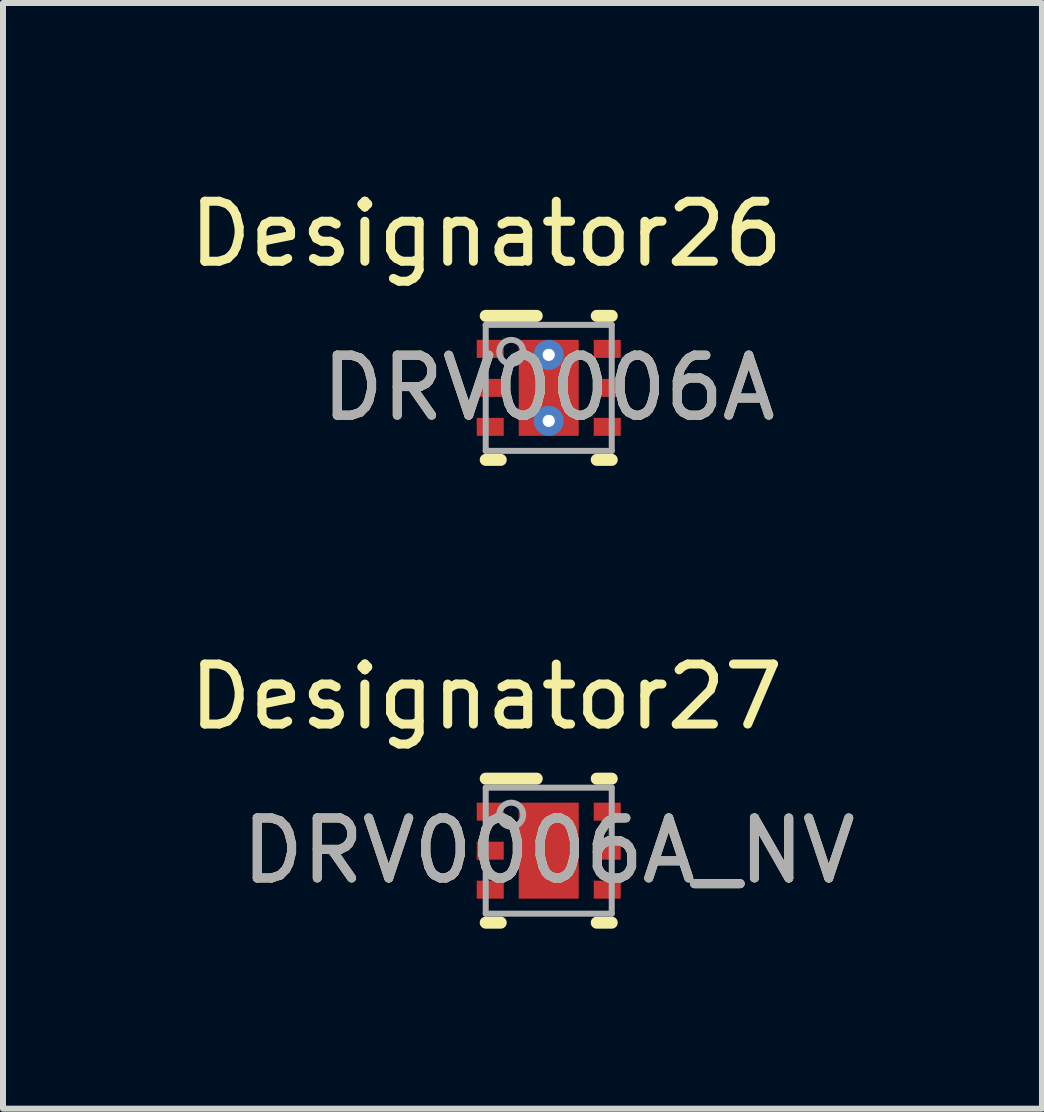
<source format=kicad_pcb>
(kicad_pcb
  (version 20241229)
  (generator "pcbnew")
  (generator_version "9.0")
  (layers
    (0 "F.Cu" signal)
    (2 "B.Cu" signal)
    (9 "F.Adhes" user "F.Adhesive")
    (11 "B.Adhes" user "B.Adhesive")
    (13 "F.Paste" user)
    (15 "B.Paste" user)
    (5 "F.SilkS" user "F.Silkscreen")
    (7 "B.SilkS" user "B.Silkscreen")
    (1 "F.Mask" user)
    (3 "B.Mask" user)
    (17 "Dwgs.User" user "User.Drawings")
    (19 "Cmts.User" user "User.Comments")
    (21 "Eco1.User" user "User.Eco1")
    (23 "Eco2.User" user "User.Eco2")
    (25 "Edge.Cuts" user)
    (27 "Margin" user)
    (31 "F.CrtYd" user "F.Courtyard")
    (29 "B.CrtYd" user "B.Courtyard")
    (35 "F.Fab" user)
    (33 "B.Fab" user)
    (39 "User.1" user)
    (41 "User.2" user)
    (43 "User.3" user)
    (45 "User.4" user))
  (footprint "DRV0006A_NV"
    (layer "F.Cu")
    (at 6.095 11.127)
    (property "Reference" "DRV0006A_NV" (at 0 0 0) (unlocked yes) (layer "F.SilkS") (effects (font (size 1 1) (thickness 0.15))))
    (attr smd)
    (fp_line (start -1.05 -1.2) (end -0.2 -1.2) (stroke (width 0.2) (type solid)) (layer "F.SilkS"))
    (fp_line (start -1.05 1.2) (end -0.8 1.2) (stroke (width 0.2) (type solid)) (layer "F.SilkS"))
    (fp_line (start 0.8 -1.2) (end 1.05 -1.2) (stroke (width 0.2) (type solid)) (layer "F.SilkS"))
    (fp_line (start 0.8 1.2) (end 1.05 1.2) (stroke (width 0.2) (type solid)) (layer "F.SilkS"))
    (fp_poly (pts (xy -0.5 -0.149) (xy -0.5 -0.751) (xy -0.499 -0.761) (xy -0.496 -0.77) (xy -0.492 -0.778) (xy -0.486 -0.786) (xy -0.478 -0.792) (xy -0.47 -0.796) (xy -0.461 -0.799) (xy -0.451 -0.8) (xy 0.451 -0.8) (xy 0.461 -0.799) (xy 0.47 -0.796) (xy 0.478 -0.792) (xy 0.486 -0.786) (xy 0.492 -0.778) (xy 0.496 -0.77) (xy 0.499 -0.761) (xy 0.5 -0.751) (xy 0.5 -0.149) (xy 0.499 -0.139) (xy 0.496 -0.13) (xy 0.492 -0.122) (xy 0.486 -0.114) (xy 0.478 -0.108) (xy 0.47 -0.104) (xy 0.461 -0.101) (xy 0.451 -0.1) (xy -0.451 -0.1) (xy -0.461 -0.101) (xy -0.47 -0.104) (xy -0.478 -0.108) (xy -0.486 -0.114) (xy -0.492 -0.122) (xy -0.496 -0.13) (xy -0.499 -0.139)) (stroke (width 0) (type solid)) (fill yes) (layer "F.Paste"))
    (fp_poly (pts (xy -0.5 0.751) (xy -0.5 0.149) (xy -0.499 0.139) (xy -0.496 0.13) (xy -0.492 0.122) (xy -0.486 0.114) (xy -0.478 0.108) (xy -0.47 0.104) (xy -0.461 0.101) (xy -0.451 0.1) (xy 0.451 0.1) (xy 0.461 0.101) (xy 0.47 0.104) (xy 0.478 0.108) (xy 0.486 0.114) (xy 0.492 0.122) (xy 0.496 0.13) (xy 0.499 0.139) (xy 0.5 0.149) (xy 0.5 0.751) (xy 0.499 0.761) (xy 0.496 0.77) (xy 0.492 0.778) (xy 0.486 0.786) (xy 0.478 0.792) (xy 0.47 0.796) (xy 0.461 0.799) (xy 0.451 0.8) (xy -0.451 0.8) (xy -0.461 0.799) (xy -0.47 0.796) (xy -0.478 0.792) (xy -0.486 0.786) (xy -0.492 0.778) (xy -0.496 0.77) (xy -0.499 0.761)) (stroke (width 0) (type solid)) (fill yes) (layer "F.Paste"))
    (fp_line (start -1.05 -1.05) (end 1.05 -1.05) (stroke (width 0.1) (type solid)) (layer "F.Fab"))
    (fp_line (start -1.05 1.05) (end -1.05 -1.05) (stroke (width 0.1) (type solid)) (layer "F.Fab"))
    (fp_line (start -1.05 1.05) (end 1.05 1.05) (stroke (width 0.1) (type solid)) (layer "F.Fab"))
    (fp_line (start 1.05 1.05) (end 1.05 -1.05) (stroke (width 0.1) (type solid)) (layer "F.Fab"))
    (fp_circle (center -0.625 -0.6) (end -0.425 -0.6) (stroke (width 0.1) (type solid)) (fill no) (layer "F.Fab"))
    (fp_text user "Designator27" (at -1.041 -2.565 0) (unlocked yes) (layer "F.SilkS") (effects (font (size 1 1) (thickness 0.15))))
    (fp_text user "${REFERENCE}" (at 0 0 0) (unlocked yes) (layer "F.Fab") (effects (font (size 1 1) (thickness 0.15))))
    (pad "1" smd rect (at -0.975 -0.65 90) (size 0.3 0.45) (layers "F.Cu" "F.Mask" "F.Paste"))
    (pad "2" smd rect (at -0.975 0 90) (size 0.3 0.45) (layers "F.Cu" "F.Mask" "F.Paste"))
    (pad "3" smd rect (at -0.975 0.65 90) (size 0.3 0.45) (layers "F.Cu" "F.Mask" "F.Paste"))
    (pad "4" smd rect (at 0.975 0.65 90) (size 0.3 0.45) (layers "F.Cu" "F.Mask" "F.Paste"))
    (pad "5" smd rect (at 0.975 0 90) (size 0.3 0.45) (layers "F.Cu" "F.Mask" "F.Paste"))
    (pad "6" smd rect (at 0.975 -0.65 90) (size 0.3 0.45) (layers "F.Cu" "F.Mask" "F.Paste"))
    (pad "7" smd rect (at 0 0) (size 1 1.6) (layers "F.Cu" "F.Mask" "F.Paste")))
  (footprint "DRV0006A"
    (layer "F.Cu")
    (at 6.095 3.414)
    (property "Reference" "DRV0006A" (at 0 0 0) (unlocked yes) (layer "F.SilkS") (effects (font (size 1 1) (thickness 0.15))))
    (attr smd)
    (fp_line (start -1.05 -1.2) (end -0.2 -1.2) (stroke (width 0.2) (type solid)) (layer "F.SilkS"))
    (fp_line (start -1.05 1.2) (end -0.8 1.2) (stroke (width 0.2) (type solid)) (layer "F.SilkS"))
    (fp_line (start 0.8 -1.2) (end 1.05 -1.2) (stroke (width 0.2) (type solid)) (layer "F.SilkS"))
    (fp_line (start 0.8 1.2) (end 1.05 1.2) (stroke (width 0.2) (type solid)) (layer "F.SilkS"))
    (fp_poly (pts (xy -0.5 -0.149) (xy -0.5 -0.751) (xy -0.499 -0.761) (xy -0.496 -0.77) (xy -0.492 -0.778) (xy -0.486 -0.786) (xy -0.478 -0.792) (xy -0.47 -0.796) (xy -0.461 -0.799) (xy -0.451 -0.8) (xy 0.451 -0.8) (xy 0.461 -0.799) (xy 0.47 -0.796) (xy 0.478 -0.792) (xy 0.486 -0.786) (xy 0.492 -0.778) (xy 0.496 -0.77) (xy 0.499 -0.761) (xy 0.5 -0.751) (xy 0.5 -0.149) (xy 0.499 -0.139) (xy 0.496 -0.13) (xy 0.492 -0.122) (xy 0.486 -0.114) (xy 0.478 -0.108) (xy 0.47 -0.104) (xy 0.461 -0.101) (xy 0.451 -0.1) (xy -0.451 -0.1) (xy -0.461 -0.101) (xy -0.47 -0.104) (xy -0.478 -0.108) (xy -0.486 -0.114) (xy -0.492 -0.122) (xy -0.496 -0.13) (xy -0.499 -0.139)) (stroke (width 0) (type solid)) (fill yes) (layer "F.Paste"))
    (fp_poly (pts (xy -0.5 0.751) (xy -0.5 0.149) (xy -0.499 0.139) (xy -0.496 0.13) (xy -0.492 0.122) (xy -0.486 0.114) (xy -0.478 0.108) (xy -0.47 0.104) (xy -0.461 0.101) (xy -0.451 0.1) (xy 0.451 0.1) (xy 0.461 0.101) (xy 0.47 0.104) (xy 0.478 0.108) (xy 0.486 0.114) (xy 0.492 0.122) (xy 0.496 0.13) (xy 0.499 0.139) (xy 0.5 0.149) (xy 0.5 0.751) (xy 0.499 0.761) (xy 0.496 0.77) (xy 0.492 0.778) (xy 0.486 0.786) (xy 0.478 0.792) (xy 0.47 0.796) (xy 0.461 0.799) (xy 0.451 0.8) (xy -0.451 0.8) (xy -0.461 0.799) (xy -0.47 0.796) (xy -0.478 0.792) (xy -0.486 0.786) (xy -0.492 0.778) (xy -0.496 0.77) (xy -0.499 0.761)) (stroke (width 0) (type solid)) (fill yes) (layer "F.Paste"))
    (fp_line (start -1.05 -1.05) (end 1.05 -1.05) (stroke (width 0.1) (type solid)) (layer "F.Fab"))
    (fp_line (start -1.05 1.05) (end -1.05 -1.05) (stroke (width 0.1) (type solid)) (layer "F.Fab"))
    (fp_line (start -1.05 1.05) (end 1.05 1.05) (stroke (width 0.1) (type solid)) (layer "F.Fab"))
    (fp_line (start 1.05 1.05) (end 1.05 -1.05) (stroke (width 0.1) (type solid)) (layer "F.Fab"))
    (fp_circle (center -0.625 -0.6) (end -0.425 -0.6) (stroke (width 0.1) (type solid)) (fill no) (layer "F.Fab"))
    (fp_text user "Designator26" (at -1.041 -2.565 0) (unlocked yes) (layer "F.SilkS") (effects (font (size 1 1) (thickness 0.15))))
    (fp_text user "${REFERENCE}" (at 0 0 0) (unlocked yes) (layer "F.Fab") (effects (font (size 1 1) (thickness 0.15))))
    (pad "1" smd rect (at -0.975 -0.65 90) (size 0.3 0.45) (layers "F.Cu" "F.Mask" "F.Paste"))
    (pad "2" smd rect (at -0.975 0 90) (size 0.3 0.45) (layers "F.Cu" "F.Mask" "F.Paste"))
    (pad "3" smd rect (at -0.975 0.65 90) (size 0.3 0.45) (layers "F.Cu" "F.Mask" "F.Paste"))
    (pad "4" smd rect (at 0.975 0.65 90) (size 0.3 0.45) (layers "F.Cu" "F.Mask" "F.Paste"))
    (pad "5" smd rect (at 0.975 0 90) (size 0.3 0.45) (layers "F.Cu" "F.Mask" "F.Paste"))
    (pad "6" smd rect (at 0.975 -0.65 90) (size 0.3 0.45) (layers "F.Cu" "F.Mask" "F.Paste"))
    (pad "7" smd rect (at 0 0) (size 1 1.6) (layers "F.Cu" "F.Mask" "F.Paste"))
    (pad "V" thru_hole circle (at 0 -0.55) (size 0.5 0.5) (drill 0.203) (layers "*.Cu" "*.Mask"))
    (pad "V" thru_hole circle (at 0 0.55) (size 0.5 0.5) (drill 0.203) (layers "*.Cu" "*.Mask")))
  (gr_rect
    (start -3 -3)
    (end 14.315 15.427)
    (stroke (width 0.1) (type default))
    (fill no)
    (layer "Edge.Cuts")))
</source>
